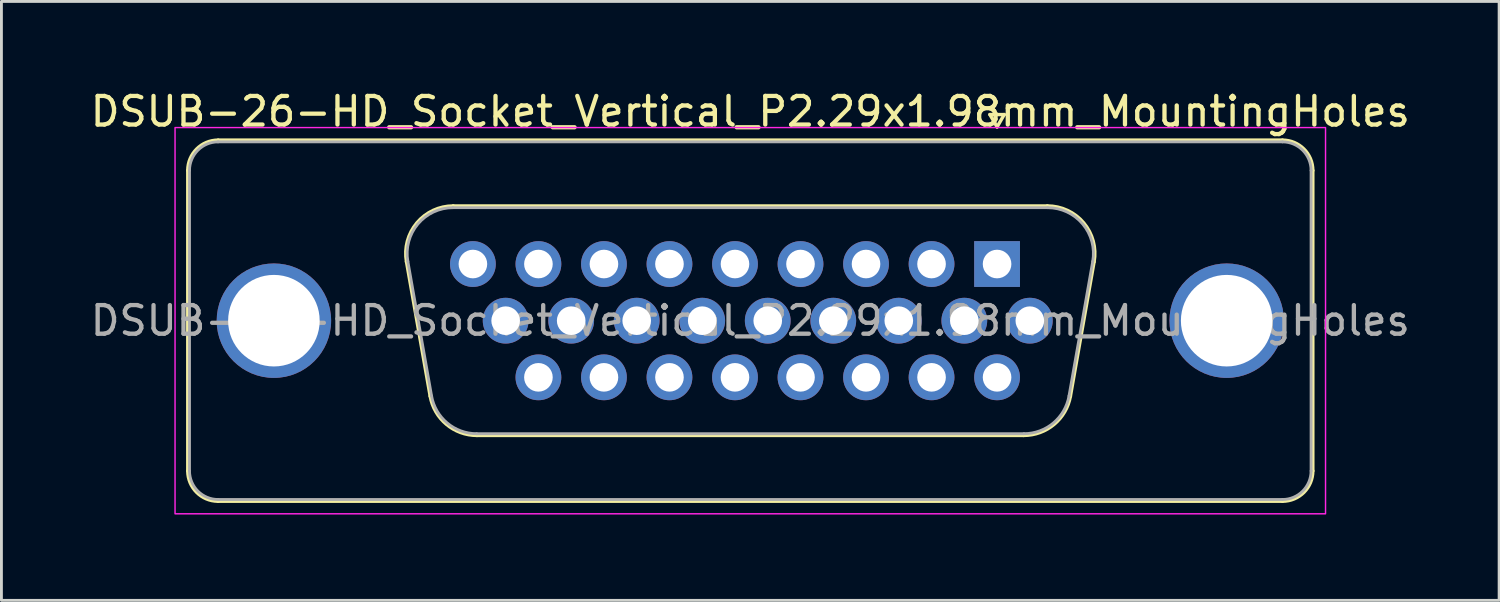
<source format=kicad_pcb>
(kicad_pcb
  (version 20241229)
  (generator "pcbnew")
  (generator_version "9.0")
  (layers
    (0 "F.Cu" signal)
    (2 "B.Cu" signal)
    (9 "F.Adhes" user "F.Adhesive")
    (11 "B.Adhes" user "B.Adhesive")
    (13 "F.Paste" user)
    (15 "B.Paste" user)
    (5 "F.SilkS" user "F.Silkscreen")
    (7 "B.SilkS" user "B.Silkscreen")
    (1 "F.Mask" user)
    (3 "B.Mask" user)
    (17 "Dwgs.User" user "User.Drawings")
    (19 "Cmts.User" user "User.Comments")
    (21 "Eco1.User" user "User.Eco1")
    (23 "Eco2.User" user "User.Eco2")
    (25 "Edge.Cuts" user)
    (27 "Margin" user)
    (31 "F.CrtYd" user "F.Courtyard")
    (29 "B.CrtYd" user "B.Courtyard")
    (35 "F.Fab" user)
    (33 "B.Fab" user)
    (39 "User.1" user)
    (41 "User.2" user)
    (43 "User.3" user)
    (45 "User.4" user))
  (footprint "DSUB-26-HD_Socket_Vertical_P2.29x1.98mm_MountingHoles"
    (layer "F.Cu")
    (at 31.798 6.178)
    (property "Reference" "DSUB-26-HD_Socket_Vertical_P2.29x1.98mm_MountingHoles" (at -8.625 -5.33 0) (layer "F.SilkS") (effects (font (size 1 1) (thickness 0.15))))
    (attr through_hole)
    (fp_line (start -28.285 7.23) (end -28.285 -3.27) (stroke (width 0.12) (type solid)) (layer "F.SilkS"))
    (fp_line (start -27.225 -4.33) (end 9.975 -4.33) (stroke (width 0.12) (type solid)) (layer "F.SilkS"))
    (fp_line (start -19.813 4.618) (end -20.641 -0.082) (stroke (width 0.12) (type solid)) (layer "F.SilkS"))
    (fp_line (start -19.007 -2.03) (end 1.757 -2.03) (stroke (width 0.12) (type solid)) (layer "F.SilkS"))
    (fp_line (start -0.25 -5.224) (end 0.25 -5.224) (stroke (width 0.12) (type solid)) (layer "F.SilkS"))
    (fp_line (start 0 -4.791) (end -0.25 -5.224) (stroke (width 0.12) (type solid)) (layer "F.SilkS"))
    (fp_line (start 0.25 -5.224) (end 0 -4.791) (stroke (width 0.12) (type solid)) (layer "F.SilkS"))
    (fp_line (start 0.928 5.99) (end -18.178 5.99) (stroke (width 0.12) (type solid)) (layer "F.SilkS"))
    (fp_line (start 3.391 -0.082) (end 2.563 4.618) (stroke (width 0.12) (type solid)) (layer "F.SilkS"))
    (fp_line (start 9.975 8.29) (end -27.225 8.29) (stroke (width 0.12) (type solid)) (layer "F.SilkS"))
    (fp_line (start 11.035 -3.27) (end 11.035 7.23) (stroke (width 0.12) (type solid)) (layer "F.SilkS"))
    (fp_arc (start -28.285 -3.27) (mid -27.974533 -4.019533) (end -27.225 -4.33) (stroke (width 0.12) (type solid)) (layer "F.SilkS"))
    (fp_arc (start -27.225 8.29) (mid -27.974533 7.979533) (end -28.285 7.23) (stroke (width 0.12) (type solid)) (layer "F.SilkS"))
    (fp_arc (start -20.64147 -0.081744) (mid -20.278323 -1.437027) (end -19.006689 -2.03) (stroke (width 0.12) (type solid)) (layer "F.SilkS"))
    (fp_arc (start -18.177952 5.99) (mid -19.24498 5.601634) (end -19.812733 4.618256) (stroke (width 0.12) (type solid)) (layer "F.SilkS"))
    (fp_arc (start 1.756689 -2.03) (mid 3.028323 -1.437027) (end 3.39147 -0.081744) (stroke (width 0.12) (type solid)) (layer "F.SilkS"))
    (fp_arc (start 2.562733 4.618256) (mid 1.99498 5.601634) (end 0.927952 5.99) (stroke (width 0.12) (type solid)) (layer "F.SilkS"))
    (fp_arc (start 9.975 -4.33) (mid 10.724533 -4.019533) (end 11.035 -3.27) (stroke (width 0.12) (type solid)) (layer "F.SilkS"))
    (fp_arc (start 11.035 7.23) (mid 10.724533 7.979533) (end 9.975 8.29) (stroke (width 0.12) (type solid)) (layer "F.SilkS"))
    (fp_rect (start -28.73 -4.77) (end 11.48 8.73) (stroke (width 0.05) (type solid)) (fill no) (layer "F.CrtYd"))
    (fp_line (start -28.225 7.23) (end -28.225 -3.27) (stroke (width 0.1) (type solid)) (layer "F.Fab"))
    (fp_line (start -27.225 -4.27) (end 9.975 -4.27) (stroke (width 0.1) (type solid)) (layer "F.Fab"))
    (fp_line (start -19.765 4.608) (end -20.594 -0.092) (stroke (width 0.1) (type solid)) (layer "F.Fab"))
    (fp_line (start -19.018 -1.97) (end 1.768 -1.97) (stroke (width 0.1) (type solid)) (layer "F.Fab"))
    (fp_line (start 0.939 5.93) (end -18.189 5.93) (stroke (width 0.1) (type solid)) (layer "F.Fab"))
    (fp_line (start 3.344 -0.092) (end 2.515 4.608) (stroke (width 0.1) (type solid)) (layer "F.Fab"))
    (fp_line (start 9.975 8.23) (end -27.225 8.23) (stroke (width 0.1) (type solid)) (layer "F.Fab"))
    (fp_line (start 10.975 -3.27) (end 10.975 7.23) (stroke (width 0.1) (type solid)) (layer "F.Fab"))
    (fp_arc (start -28.225 -3.27) (mid -27.932107 -3.977107) (end -27.225 -4.27) (stroke (width 0.1) (type solid)) (layer "F.Fab"))
    (fp_arc (start -27.225 8.23) (mid -27.932107 7.937107) (end -28.225 7.23) (stroke (width 0.1) (type solid)) (layer "F.Fab"))
    (fp_arc (start -20.593887 -0.092163) (mid -20.243865 -1.39846) (end -19.018194 -1.97) (stroke (width 0.1) (type solid)) (layer "F.Fab"))
    (fp_arc (start -18.189457 5.93) (mid -19.217918 5.555671) (end -19.76515 4.607837) (stroke (width 0.1) (type solid)) (layer "F.Fab"))
    (fp_arc (start 1.768194 -1.97) (mid 2.993865 -1.39846) (end 3.343887 -0.092163) (stroke (width 0.1) (type solid)) (layer "F.Fab"))
    (fp_arc (start 2.51515 4.607837) (mid 1.967918 5.555671) (end 0.939457 5.93) (stroke (width 0.1) (type solid)) (layer "F.Fab"))
    (fp_arc (start 9.975 -4.27) (mid 10.682107 -3.977107) (end 10.975 -3.27) (stroke (width 0.1) (type solid)) (layer "F.Fab"))
    (fp_arc (start 10.975 7.23) (mid 10.682107 7.937107) (end 9.975 8.23) (stroke (width 0.1) (type solid)) (layer "F.Fab"))
    (fp_text user "${REFERENCE}" (at -8.625 1.98 0) (layer "F.Fab") (effects (font (size 1 1) (thickness 0.15))))
    (pad "1" thru_hole rect (at 0 0) (size 1.6 1.6) (drill 1) (layers "*.Cu" "*.Mask"))
    (pad "2" thru_hole circle (at -2.29 0) (size 1.6 1.6) (drill 1) (layers "*.Cu" "*.Mask"))
    (pad "3" thru_hole circle (at -4.58 0) (size 1.6 1.6) (drill 1) (layers "*.Cu" "*.Mask"))
    (pad "4" thru_hole circle (at -6.87 0) (size 1.6 1.6) (drill 1) (layers "*.Cu" "*.Mask"))
    (pad "5" thru_hole circle (at -9.16 0) (size 1.6 1.6) (drill 1) (layers "*.Cu" "*.Mask"))
    (pad "6" thru_hole circle (at -11.45 0) (size 1.6 1.6) (drill 1) (layers "*.Cu" "*.Mask"))
    (pad "7" thru_hole circle (at -13.74 0) (size 1.6 1.6) (drill 1) (layers "*.Cu" "*.Mask"))
    (pad "8" thru_hole circle (at -16.03 0) (size 1.6 1.6) (drill 1) (layers "*.Cu" "*.Mask"))
    (pad "9" thru_hole circle (at -18.32 0) (size 1.6 1.6) (drill 1) (layers "*.Cu" "*.Mask"))
    (pad "10" thru_hole circle (at 1.145 1.98) (size 1.6 1.6) (drill 1) (layers "*.Cu" "*.Mask"))
    (pad "11" thru_hole circle (at -1.145 1.98) (size 1.6 1.6) (drill 1) (layers "*.Cu" "*.Mask"))
    (pad "12" thru_hole circle (at -3.435 1.98) (size 1.6 1.6) (drill 1) (layers "*.Cu" "*.Mask"))
    (pad "13" thru_hole circle (at -5.725 1.98) (size 1.6 1.6) (drill 1) (layers "*.Cu" "*.Mask"))
    (pad "14" thru_hole circle (at -8.015 1.98) (size 1.6 1.6) (drill 1) (layers "*.Cu" "*.Mask"))
    (pad "15" thru_hole circle (at -10.305 1.98) (size 1.6 1.6) (drill 1) (layers "*.Cu" "*.Mask"))
    (pad "16" thru_hole circle (at -12.595 1.98) (size 1.6 1.6) (drill 1) (layers "*.Cu" "*.Mask"))
    (pad "17" thru_hole circle (at -14.885 1.98) (size 1.6 1.6) (drill 1) (layers "*.Cu" "*.Mask"))
    (pad "18" thru_hole circle (at -17.175 1.98) (size 1.6 1.6) (drill 1) (layers "*.Cu" "*.Mask"))
    (pad "19" thru_hole circle (at 0 3.96) (size 1.6 1.6) (drill 1) (layers "*.Cu" "*.Mask"))
    (pad "20" thru_hole circle (at -2.29 3.96) (size 1.6 1.6) (drill 1) (layers "*.Cu" "*.Mask"))
    (pad "21" thru_hole circle (at -4.58 3.96) (size 1.6 1.6) (drill 1) (layers "*.Cu" "*.Mask"))
    (pad "22" thru_hole circle (at -6.87 3.96) (size 1.6 1.6) (drill 1) (layers "*.Cu" "*.Mask"))
    (pad "23" thru_hole circle (at -9.16 3.96) (size 1.6 1.6) (drill 1) (layers "*.Cu" "*.Mask"))
    (pad "24" thru_hole circle (at -11.45 3.96) (size 1.6 1.6) (drill 1) (layers "*.Cu" "*.Mask"))
    (pad "25" thru_hole circle (at -13.74 3.96) (size 1.6 1.6) (drill 1) (layers "*.Cu" "*.Mask"))
    (pad "26" thru_hole circle (at -16.03 3.96) (size 1.6 1.6) (drill 1) (layers "*.Cu" "*.Mask"))
    (pad "SH" thru_hole circle (at -25.275 1.98) (size 4 4) (drill 3.2) (layers "*.Cu" "*.Mask"))
    (pad "SH" thru_hole circle (at 8.025 1.98) (size 4 4) (drill 3.2) (layers "*.Cu" "*.Mask")))
  (gr_rect
    (start -3 -3)
    (end 49.345 17.933)
    (stroke (width 0.1) (type default))
    (fill no)
    (layer "Edge.Cuts")))
</source>
